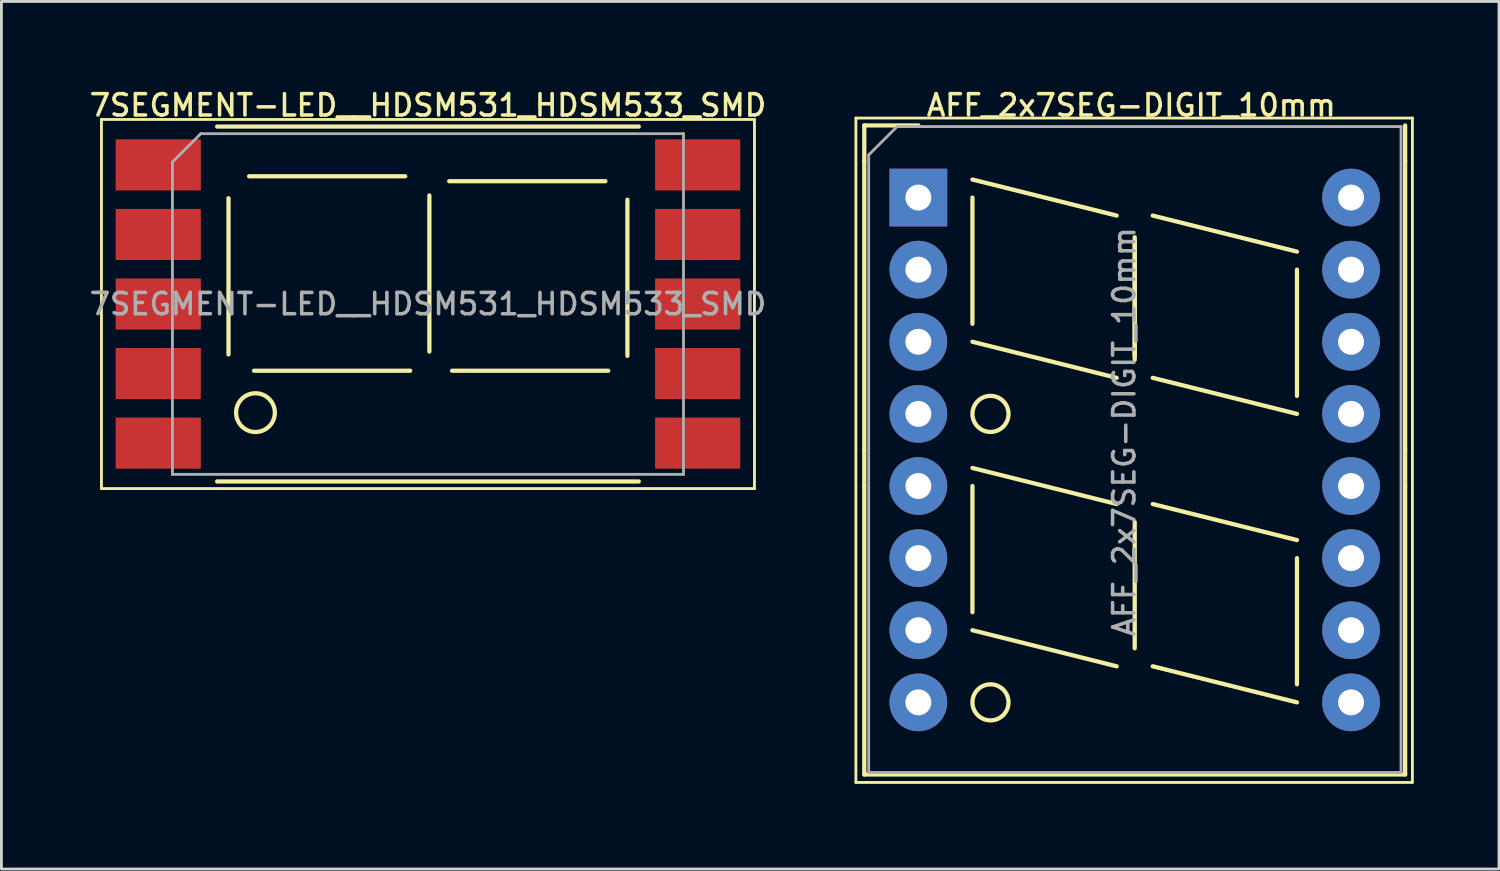
<source format=kicad_pcb>
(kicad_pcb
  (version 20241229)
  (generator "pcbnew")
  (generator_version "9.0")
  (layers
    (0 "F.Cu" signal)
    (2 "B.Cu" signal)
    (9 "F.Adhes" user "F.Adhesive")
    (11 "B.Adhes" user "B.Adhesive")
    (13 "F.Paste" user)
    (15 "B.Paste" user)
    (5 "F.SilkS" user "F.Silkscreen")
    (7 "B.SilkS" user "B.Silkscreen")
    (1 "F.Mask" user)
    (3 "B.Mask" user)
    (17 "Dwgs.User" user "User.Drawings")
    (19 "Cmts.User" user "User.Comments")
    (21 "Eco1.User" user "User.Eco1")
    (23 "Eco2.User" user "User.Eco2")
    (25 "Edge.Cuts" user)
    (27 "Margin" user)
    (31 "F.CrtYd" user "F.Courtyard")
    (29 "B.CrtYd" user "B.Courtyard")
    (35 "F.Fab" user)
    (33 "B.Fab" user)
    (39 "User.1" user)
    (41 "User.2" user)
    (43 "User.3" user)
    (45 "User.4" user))
  (footprint "7SEGMENT-LED__HDSM531_HDSM533_SMD"
    (layer "F.Cu")
    (at 12.023 7.658)
    (property "Reference" "7SEGMENT-LED__HDSM531_HDSM533_SMD" (at 0 -7 0) (layer "F.SilkS") (effects (font (size 0.75 0.75) (thickness 0.125))))
    (attr smd)
    (fp_line (start -11.5 -6.5) (end 11.5 -6.5) (stroke (width 0.1) (type solid)) (layer "F.SilkS"))
    (fp_line (start -11.5 6.5) (end -11.5 -6.5) (stroke (width 0.1) (type solid)) (layer "F.SilkS"))
    (fp_line (start -7.425 6.25) (end 7.425 6.25) (stroke (width 0.15) (type solid)) (layer "F.SilkS"))
    (fp_line (start -7.025 -3.725) (end -7.025 1.775) (stroke (width 0.15) (type solid)) (layer "F.SilkS"))
    (fp_line (start -6.3 -4.5) (end -0.8 -4.5) (stroke (width 0.15) (type solid)) (layer "F.SilkS"))
    (fp_line (start -6.125 2.35) (end -0.625 2.35) (stroke (width 0.15) (type solid)) (layer "F.SilkS"))
    (fp_line (start 0.05 -3.825) (end 0.05 1.675) (stroke (width 0.15) (type solid)) (layer "F.SilkS"))
    (fp_line (start 0.75 -4.325) (end 6.25 -4.325) (stroke (width 0.15) (type solid)) (layer "F.SilkS"))
    (fp_line (start 0.85 2.35) (end 6.35 2.35) (stroke (width 0.15) (type solid)) (layer "F.SilkS"))
    (fp_line (start 7.025 -3.675) (end 7.025 1.825) (stroke (width 0.15) (type solid)) (layer "F.SilkS"))
    (fp_line (start 7.425 -6.25) (end -7.425 -6.25) (stroke (width 0.15) (type solid)) (layer "F.SilkS"))
    (fp_line (start 11.5 -6.5) (end 11.5 6.5) (stroke (width 0.1) (type solid)) (layer "F.SilkS"))
    (fp_line (start 11.5 6.5) (end -11.5 6.5) (stroke (width 0.1) (type solid)) (layer "F.SilkS"))
    (fp_circle (center -6.075 3.825) (end -6.75 3.925) (stroke (width 0.15) (type solid)) (fill no) (layer "F.SilkS"))
    (fp_line (start -9 -5) (end -9 6) (stroke (width 0.1) (type solid)) (layer "F.Fab"))
    (fp_line (start -9 6) (end 9 6) (stroke (width 0.1) (type solid)) (layer "F.Fab"))
    (fp_line (start -8 -6) (end -9 -5) (stroke (width 0.1) (type solid)) (layer "F.Fab"))
    (fp_line (start 9 -6) (end -8 -6) (stroke (width 0.1) (type solid)) (layer "F.Fab"))
    (fp_line (start 9 6) (end 9 -6) (stroke (width 0.1) (type solid)) (layer "F.Fab"))
    (fp_text user "${REFERENCE}" (at 0 0 0) (layer "F.Fab") (effects (font (size 0.75 0.75) (thickness 0.125))))
    (pad "1" smd rect (at -9.5 -4.9 270) (size 1.8 3) (layers "F.Cu" "F.Mask" "F.Paste"))
    (pad "2" smd rect (at -9.5 -2.45 270) (size 1.8 3) (layers "F.Cu" "F.Mask" "F.Paste"))
    (pad "3" smd rect (at -9.5 0 270) (size 1.8 3) (layers "F.Cu" "F.Mask" "F.Paste"))
    (pad "4" smd rect (at -9.5 2.45 270) (size 1.8 3) (layers "F.Cu" "F.Mask" "F.Paste"))
    (pad "5" smd rect (at -9.5 4.9 270) (size 1.8 3) (layers "F.Cu" "F.Mask" "F.Paste"))
    (pad "6" smd rect (at 9.5 4.9 270) (size 1.8 3) (layers "F.Cu" "F.Mask" "F.Paste"))
    (pad "7" smd rect (at 9.5 2.45 270) (size 1.8 3) (layers "F.Cu" "F.Mask" "F.Paste"))
    (pad "8" smd rect (at 9.5 0 270) (size 1.8 3) (layers "F.Cu" "F.Mask" "F.Paste"))
    (pad "9" smd rect (at 9.5 -2.45 270) (size 1.8 3) (layers "F.Cu" "F.Mask" "F.Paste"))
    (pad "10" smd rect (at 9.5 -4.9 270) (size 1.8 3) (layers "F.Cu" "F.Mask" "F.Paste")))
  (footprint "AFF_2x7SEG-DIGIT_10mm"
    (layer "F.Cu")
    (at 29.296 3.908)
    (property "Reference" "AFF_2x7SEG-DIGIT_10mm" (at 7.5 -3.25 0) (layer "F.SilkS") (effects (font (size 0.75 0.75) (thickness 0.125))))
    (attr through_hole)
    (fp_line (start -2.2 -2.8) (end 17.4 -2.8) (stroke (width 0.1) (type solid)) (layer "F.SilkS"))
    (fp_line (start -2.2 20.6) (end -2.2 -2.8) (stroke (width 0.1) (type solid)) (layer "F.SilkS"))
    (fp_line (start -1.905 -2.54) (end -1.905 -1.27) (stroke (width 0.15) (type solid)) (layer "F.SilkS"))
    (fp_line (start -1.905 -1.27) (end -1.905 8.89) (stroke (width 0.15) (type solid)) (layer "F.SilkS"))
    (fp_line (start -1.905 8.89) (end -1.905 10.16) (stroke (width 0.15) (type solid)) (layer "F.SilkS"))
    (fp_line (start -1.905 20.32) (end -1.905 10.16) (stroke (width 0.15) (type solid)) (layer "F.SilkS"))
    (fp_line (start 0 -2.54) (end -1.905 -2.54) (stroke (width 0.15) (type solid)) (layer "F.SilkS"))
    (fp_line (start 1.905 0) (end 1.905 4.445) (stroke (width 0.15) (type solid)) (layer "F.SilkS"))
    (fp_line (start 1.905 9.525) (end 6.985 10.795) (stroke (width 0.15) (type solid)) (layer "F.SilkS"))
    (fp_line (start 1.905 10.16) (end 1.905 14.605) (stroke (width 0.15) (type solid)) (layer "F.SilkS"))
    (fp_line (start 6.985 0.635) (end 1.905 -0.635) (stroke (width 0.15) (type solid)) (layer "F.SilkS"))
    (fp_line (start 6.985 6.35) (end 1.905 5.08) (stroke (width 0.15) (type solid)) (layer "F.SilkS"))
    (fp_line (start 6.985 16.51) (end 1.905 15.24) (stroke (width 0.15) (type solid)) (layer "F.SilkS"))
    (fp_line (start 7.62 1.397) (end 7.62 5.715) (stroke (width 0.15) (type solid)) (layer "F.SilkS"))
    (fp_line (start 7.62 1.524) (end 7.62 5.588) (stroke (width 0.15) (type solid)) (layer "F.SilkS"))
    (fp_line (start 7.62 11.43) (end 7.62 15.875) (stroke (width 0.15) (type solid)) (layer "F.SilkS"))
    (fp_line (start 8.255 0.635) (end 13.335 1.905) (stroke (width 0.15) (type solid)) (layer "F.SilkS"))
    (fp_line (start 8.255 6.35) (end 13.335 7.62) (stroke (width 0.15) (type solid)) (layer "F.SilkS"))
    (fp_line (start 8.255 10.795) (end 13.335 12.065) (stroke (width 0.15) (type solid)) (layer "F.SilkS"))
    (fp_line (start 8.255 16.51) (end 13.335 17.78) (stroke (width 0.15) (type solid)) (layer "F.SilkS"))
    (fp_line (start 13.335 2.54) (end 13.335 6.985) (stroke (width 0.15) (type solid)) (layer "F.SilkS"))
    (fp_line (start 13.335 12.7) (end 13.335 17.145) (stroke (width 0.15) (type solid)) (layer "F.SilkS"))
    (fp_line (start 17.145 -1.27) (end 17.145 -2.54) (stroke (width 0.15) (type solid)) (layer "F.SilkS"))
    (fp_line (start 17.145 8.89) (end 17.145 -1.27) (stroke (width 0.15) (type solid)) (layer "F.SilkS"))
    (fp_line (start 17.145 10.16) (end 17.145 8.89) (stroke (width 0.15) (type solid)) (layer "F.SilkS"))
    (fp_line (start 17.145 10.16) (end 17.145 20.32) (stroke (width 0.15) (type solid)) (layer "F.SilkS"))
    (fp_line (start 17.145 20.32) (end -1.905 20.32) (stroke (width 0.15) (type solid)) (layer "F.SilkS"))
    (fp_line (start 17.4 -2.8) (end 17.4 20.6) (stroke (width 0.1) (type solid)) (layer "F.SilkS"))
    (fp_line (start 17.4 20.6) (end -2.2 20.6) (stroke (width 0.1) (type solid)) (layer "F.SilkS"))
    (fp_circle (center 2.54 7.62) (end 2.54 8.255) (stroke (width 0.15) (type solid)) (fill no) (layer "F.SilkS"))
    (fp_circle (center 2.54 17.78) (end 2.54 18.415) (stroke (width 0.15) (type solid)) (fill no) (layer "F.SilkS"))
    (fp_line (start -1.75 -1.5) (end -1.75 20.25) (stroke (width 0.1) (type solid)) (layer "F.Fab"))
    (fp_line (start -1.75 20.25) (end 17 20.25) (stroke (width 0.1) (type solid)) (layer "F.Fab"))
    (fp_line (start -0.75 -2.5) (end -1.75 -1.5) (stroke (width 0.1) (type solid)) (layer "F.Fab"))
    (fp_line (start 17 -2.5) (end -0.75 -2.5) (stroke (width 0.1) (type solid)) (layer "F.Fab"))
    (fp_line (start 17 20.25) (end 17 -2.5) (stroke (width 0.1) (type solid)) (layer "F.Fab"))
    (fp_text user "${REFERENCE}" (at 7.25 8.25 270) (layer "F.Fab") (effects (font (size 0.75 0.75) (thickness 0.125))))
    (pad "1" thru_hole rect (at 0 0 270) (size 2.032 2.032) (drill 0.914) (layers "*.Cu" "*.Mask"))
    (pad "2" thru_hole circle (at 0 2.54 270) (size 2.032 2.032) (drill 0.914) (layers "*.Cu" "*.Mask"))
    (pad "3" thru_hole circle (at 0 5.08 270) (size 2.032 2.032) (drill 0.914) (layers "*.Cu" "*.Mask"))
    (pad "4" thru_hole circle (at 0 7.62 270) (size 2.032 2.032) (drill 0.914) (layers "*.Cu" "*.Mask"))
    (pad "5" thru_hole circle (at 0 10.16 270) (size 2.032 2.032) (drill 0.914) (layers "*.Cu" "*.Mask"))
    (pad "6" thru_hole circle (at 0 12.7 270) (size 2.032 2.032) (drill 0.914) (layers "*.Cu" "*.Mask"))
    (pad "7" thru_hole circle (at 0 15.24 270) (size 2.032 2.032) (drill 0.914) (layers "*.Cu" "*.Mask"))
    (pad "8" thru_hole circle (at 0 17.78 270) (size 2.032 2.032) (drill 0.914) (layers "*.Cu" "*.Mask"))
    (pad "9" thru_hole circle (at 15.24 17.78 270) (size 2.032 2.032) (drill 0.914) (layers "*.Cu" "*.Mask"))
    (pad "10" thru_hole circle (at 15.24 15.24 270) (size 2.032 2.032) (drill 0.914) (layers "*.Cu" "*.Mask"))
    (pad "11" thru_hole circle (at 15.24 12.7 270) (size 2.032 2.032) (drill 0.914) (layers "*.Cu" "*.Mask"))
    (pad "12" thru_hole circle (at 15.24 10.16 270) (size 2.032 2.032) (drill 0.914) (layers "*.Cu" "*.Mask"))
    (pad "13" thru_hole circle (at 15.24 7.62 270) (size 2.032 2.032) (drill 0.914) (layers "*.Cu" "*.Mask"))
    (pad "14" thru_hole circle (at 15.24 5.08 270) (size 2.032 2.032) (drill 0.914) (layers "*.Cu" "*.Mask"))
    (pad "15" thru_hole circle (at 15.24 2.54 270) (size 2.032 2.032) (drill 0.914) (layers "*.Cu" "*.Mask"))
    (pad "16" thru_hole circle (at 15.24 0 270) (size 2.032 2.032) (drill 0.914) (layers "*.Cu" "*.Mask")))
  (gr_rect
    (start -3 -3)
    (end 49.746 27.558)
    (stroke (width 0.1) (type default))
    (fill no)
    (layer "Edge.Cuts")))
</source>
